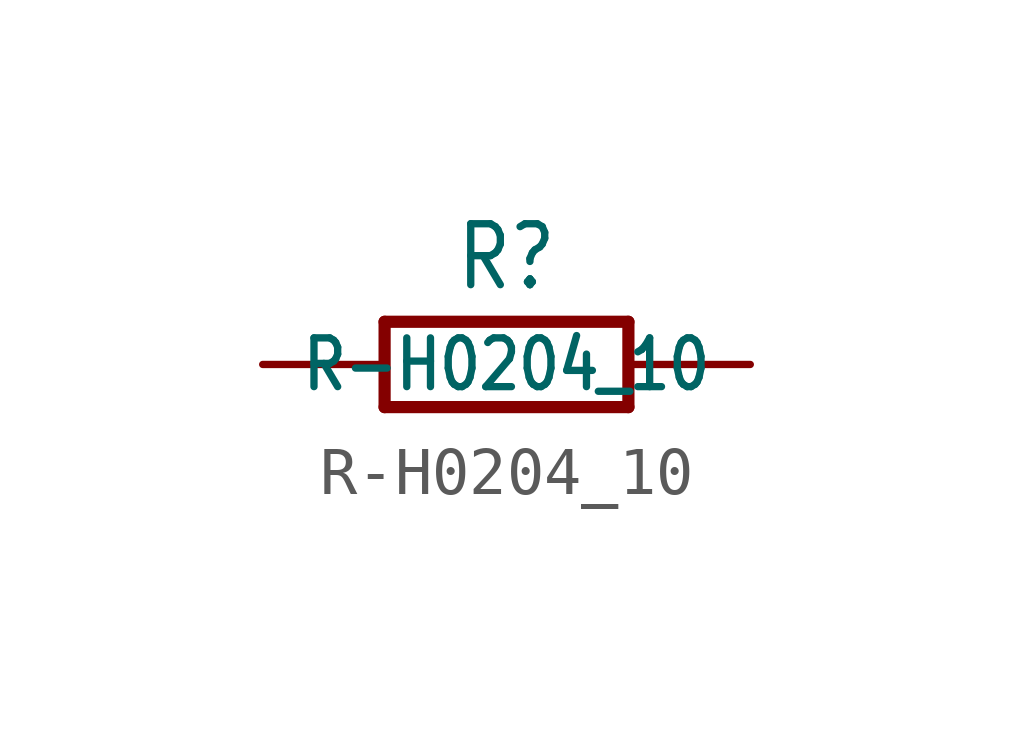
<source format=kicad_sym>
(kicad_symbol_lib
  (version 20201005)
  (generator kicad_symbol_editor)
  (symbol "R-H0204_10"
    (property "Reference" "R"
      (at 0 1.499 0)
      (effects (font (size 1.27 1.079)) (justify bottom)))
    (property "Value" "R-H0204_10"
      (at 0 0 0)
      (effects (font (size 1.016 0.864))))
    (property "ki_locked" ""
      (at 0 0 0)
      (effects (font (size 1.27 1.27))))
    (symbol "R-H0204_10_1_0"
      (polyline (pts (xy -2.54 -0.889) (xy -2.54 0.889)) (stroke (width 0.254)) (fill (type none)))
      (polyline (pts (xy -2.54 -0.889) (xy 2.54 -0.889)) (stroke (width 0.254)) (fill (type none)))
      (polyline (pts (xy 2.54 -0.889) (xy 2.54 0.889)) (stroke (width 0.254)) (fill (type none)))
      (polyline (pts (xy 2.54 0.889) (xy -2.54 0.889)) (stroke (width 0.254)) (fill (type none)))
      (pin passive line (at -5.08 0 0) (length 2.54) (name "1" (effects (font (size 0 0)))) (number "1" (effects (font (size 0 0)))))
      (pin passive line (at 5.08 0 180) (length 2.54) (name "2" (effects (font (size 0 0)))) (number "2" (effects (font (size 0 0))))))))
</source>
